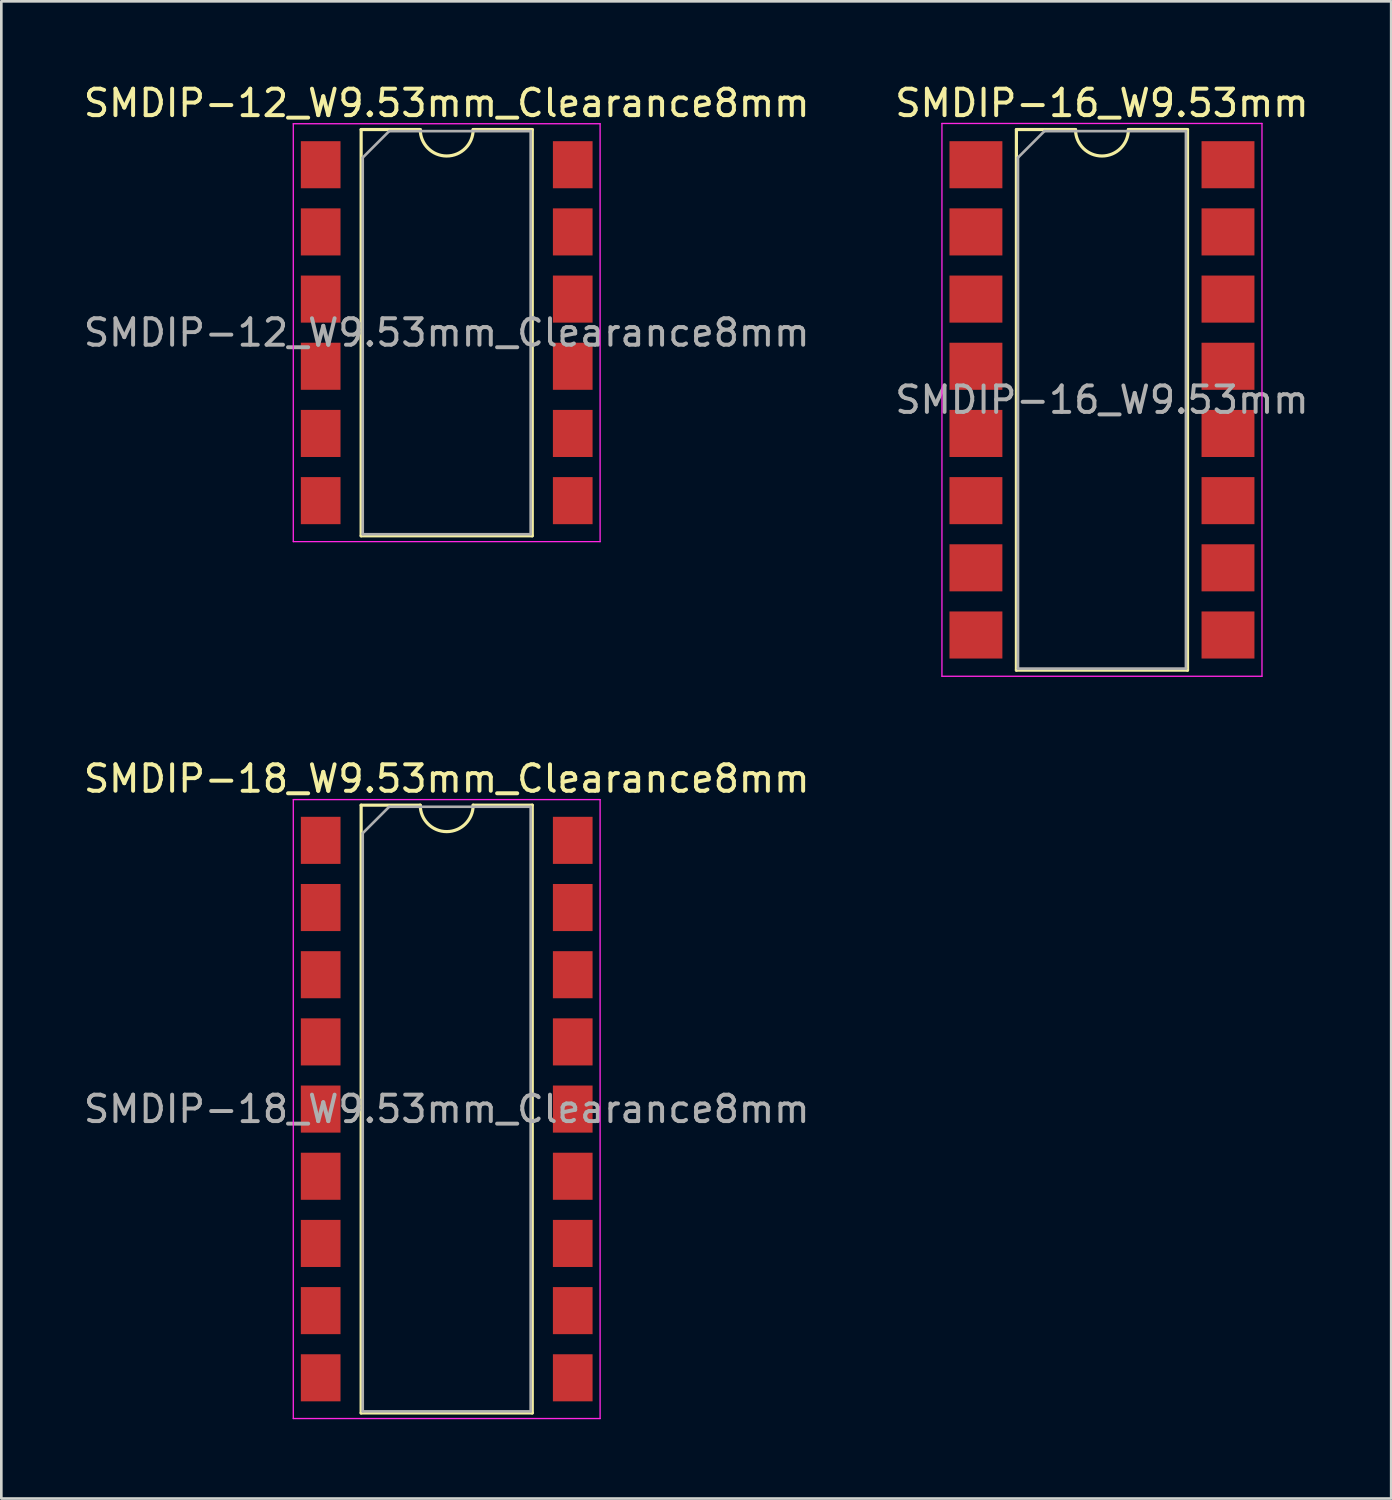
<source format=kicad_pcb>
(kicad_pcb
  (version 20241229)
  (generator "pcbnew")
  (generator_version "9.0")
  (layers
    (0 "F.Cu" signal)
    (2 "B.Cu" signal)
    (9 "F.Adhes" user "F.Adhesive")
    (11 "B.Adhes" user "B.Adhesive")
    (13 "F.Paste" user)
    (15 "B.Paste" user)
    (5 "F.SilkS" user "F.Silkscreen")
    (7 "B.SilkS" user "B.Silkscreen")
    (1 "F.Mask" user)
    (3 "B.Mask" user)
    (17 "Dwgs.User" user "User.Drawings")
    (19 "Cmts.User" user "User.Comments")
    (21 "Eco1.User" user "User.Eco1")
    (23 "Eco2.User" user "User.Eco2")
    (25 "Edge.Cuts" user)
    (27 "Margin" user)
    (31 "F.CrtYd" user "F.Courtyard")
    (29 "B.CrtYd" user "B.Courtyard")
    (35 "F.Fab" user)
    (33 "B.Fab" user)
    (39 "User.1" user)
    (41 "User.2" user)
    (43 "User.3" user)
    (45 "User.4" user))
  (footprint "SMDIP-12_W9.53mm_Clearance8mm"
    (layer "F.Cu")
    (at 13.839 9.528)
    (property "Reference" "SMDIP-12_W9.53mm_Clearance8mm" (at 0 -8.68 0) (layer "F.SilkS") (effects (font (size 1 1) (thickness 0.15))))
    (attr smd)
    (fp_line (start -3.235 -7.68) (end -3.235 7.68) (stroke (width 0.12) (type solid)) (layer "F.SilkS"))
    (fp_line (start -3.235 7.68) (end 3.235 7.68) (stroke (width 0.12) (type solid)) (layer "F.SilkS"))
    (fp_line (start -1 -7.68) (end -3.235 -7.68) (stroke (width 0.12) (type solid)) (layer "F.SilkS"))
    (fp_line (start 3.235 -7.68) (end 1 -7.68) (stroke (width 0.12) (type solid)) (layer "F.SilkS"))
    (fp_line (start 3.235 7.68) (end 3.235 -7.68) (stroke (width 0.12) (type solid)) (layer "F.SilkS"))
    (fp_arc (start 1 -7.68) (mid 0 -6.68) (end -1 -7.68) (stroke (width 0.12) (type solid)) (layer "F.SilkS"))
    (fp_line (start -5.8 -7.9) (end -5.8 7.9) (stroke (width 0.05) (type solid)) (layer "F.CrtYd"))
    (fp_line (start -5.8 7.9) (end 5.8 7.9) (stroke (width 0.05) (type solid)) (layer "F.CrtYd"))
    (fp_line (start 5.8 -7.9) (end -5.8 -7.9) (stroke (width 0.05) (type solid)) (layer "F.CrtYd"))
    (fp_line (start 5.8 7.9) (end 5.8 -7.9) (stroke (width 0.05) (type solid)) (layer "F.CrtYd"))
    (fp_line (start -3.175 -6.62) (end -2.175 -7.62) (stroke (width 0.1) (type solid)) (layer "F.Fab"))
    (fp_line (start -3.175 7.62) (end -3.175 -6.62) (stroke (width 0.1) (type solid)) (layer "F.Fab"))
    (fp_line (start -2.175 -7.62) (end 3.175 -7.62) (stroke (width 0.1) (type solid)) (layer "F.Fab"))
    (fp_line (start 3.175 -7.62) (end 3.175 7.62) (stroke (width 0.1) (type solid)) (layer "F.Fab"))
    (fp_line (start 3.175 7.62) (end -3.175 7.62) (stroke (width 0.1) (type solid)) (layer "F.Fab"))
    (fp_text user "${REFERENCE}" (at 0 0 0) (layer "F.Fab") (effects (font (size 1 1) (thickness 0.15))))
    (pad "1" smd rect (at -4.765 -6.35) (size 1.5 1.78) (layers "F.Cu" "F.Mask" "F.Paste"))
    (pad "2" smd rect (at -4.765 -3.81) (size 1.5 1.78) (layers "F.Cu" "F.Mask" "F.Paste"))
    (pad "3" smd rect (at -4.765 -1.27) (size 1.5 1.78) (layers "F.Cu" "F.Mask" "F.Paste"))
    (pad "4" smd rect (at -4.765 1.27) (size 1.5 1.78) (layers "F.Cu" "F.Mask" "F.Paste"))
    (pad "5" smd rect (at -4.765 3.81) (size 1.5 1.78) (layers "F.Cu" "F.Mask" "F.Paste"))
    (pad "6" smd rect (at -4.765 6.35) (size 1.5 1.78) (layers "F.Cu" "F.Mask" "F.Paste"))
    (pad "7" smd rect (at 4.765 6.35) (size 1.5 1.78) (layers "F.Cu" "F.Mask" "F.Paste"))
    (pad "8" smd rect (at 4.765 3.81) (size 1.5 1.78) (layers "F.Cu" "F.Mask" "F.Paste"))
    (pad "9" smd rect (at 4.765 1.27) (size 1.5 1.78) (layers "F.Cu" "F.Mask" "F.Paste"))
    (pad "10" smd rect (at 4.765 -1.27) (size 1.5 1.78) (layers "F.Cu" "F.Mask" "F.Paste"))
    (pad "11" smd rect (at 4.765 -3.81) (size 1.5 1.78) (layers "F.Cu" "F.Mask" "F.Paste"))
    (pad "12" smd rect (at 4.765 -6.35) (size 1.5 1.78) (layers "F.Cu" "F.Mask" "F.Paste")))
  (footprint "SMDIP-16_W9.53mm"
    (layer "F.Cu")
    (at 38.613 12.068)
    (property "Reference" "SMDIP-16_W9.53mm" (at 0 -11.22 0) (layer "F.SilkS") (effects (font (size 1 1) (thickness 0.15))))
    (attr smd)
    (fp_line (start -3.235 -10.22) (end -3.235 10.22) (stroke (width 0.12) (type solid)) (layer "F.SilkS"))
    (fp_line (start -3.235 10.22) (end 3.235 10.22) (stroke (width 0.12) (type solid)) (layer "F.SilkS"))
    (fp_line (start -1 -10.22) (end -3.235 -10.22) (stroke (width 0.12) (type solid)) (layer "F.SilkS"))
    (fp_line (start 3.235 -10.22) (end 1 -10.22) (stroke (width 0.12) (type solid)) (layer "F.SilkS"))
    (fp_line (start 3.235 10.22) (end 3.235 -10.22) (stroke (width 0.12) (type solid)) (layer "F.SilkS"))
    (fp_arc (start 1 -10.22) (mid 0 -9.22) (end -1 -10.22) (stroke (width 0.12) (type solid)) (layer "F.SilkS"))
    (fp_line (start -6.05 -10.45) (end -6.05 10.45) (stroke (width 0.05) (type solid)) (layer "F.CrtYd"))
    (fp_line (start -6.05 10.45) (end 6.05 10.45) (stroke (width 0.05) (type solid)) (layer "F.CrtYd"))
    (fp_line (start 6.05 -10.45) (end -6.05 -10.45) (stroke (width 0.05) (type solid)) (layer "F.CrtYd"))
    (fp_line (start 6.05 10.45) (end 6.05 -10.45) (stroke (width 0.05) (type solid)) (layer "F.CrtYd"))
    (fp_line (start -3.175 -9.16) (end -2.175 -10.16) (stroke (width 0.1) (type solid)) (layer "F.Fab"))
    (fp_line (start -3.175 10.16) (end -3.175 -9.16) (stroke (width 0.1) (type solid)) (layer "F.Fab"))
    (fp_line (start -2.175 -10.16) (end 3.175 -10.16) (stroke (width 0.1) (type solid)) (layer "F.Fab"))
    (fp_line (start 3.175 -10.16) (end 3.175 10.16) (stroke (width 0.1) (type solid)) (layer "F.Fab"))
    (fp_line (start 3.175 10.16) (end -3.175 10.16) (stroke (width 0.1) (type solid)) (layer "F.Fab"))
    (fp_text user "${REFERENCE}" (at 0 0 0) (layer "F.Fab") (effects (font (size 1 1) (thickness 0.15))))
    (pad "1" smd rect (at -4.765 -8.89) (size 2 1.78) (layers "F.Cu" "F.Mask" "F.Paste"))
    (pad "2" smd rect (at -4.765 -6.35) (size 2 1.78) (layers "F.Cu" "F.Mask" "F.Paste"))
    (pad "3" smd rect (at -4.765 -3.81) (size 2 1.78) (layers "F.Cu" "F.Mask" "F.Paste"))
    (pad "4" smd rect (at -4.765 -1.27) (size 2 1.78) (layers "F.Cu" "F.Mask" "F.Paste"))
    (pad "5" smd rect (at -4.765 1.27) (size 2 1.78) (layers "F.Cu" "F.Mask" "F.Paste"))
    (pad "6" smd rect (at -4.765 3.81) (size 2 1.78) (layers "F.Cu" "F.Mask" "F.Paste"))
    (pad "7" smd rect (at -4.765 6.35) (size 2 1.78) (layers "F.Cu" "F.Mask" "F.Paste"))
    (pad "8" smd rect (at -4.765 8.89) (size 2 1.78) (layers "F.Cu" "F.Mask" "F.Paste"))
    (pad "9" smd rect (at 4.765 8.89) (size 2 1.78) (layers "F.Cu" "F.Mask" "F.Paste"))
    (pad "10" smd rect (at 4.765 6.35) (size 2 1.78) (layers "F.Cu" "F.Mask" "F.Paste"))
    (pad "11" smd rect (at 4.765 3.81) (size 2 1.78) (layers "F.Cu" "F.Mask" "F.Paste"))
    (pad "12" smd rect (at 4.765 1.27) (size 2 1.78) (layers "F.Cu" "F.Mask" "F.Paste"))
    (pad "13" smd rect (at 4.765 -1.27) (size 2 1.78) (layers "F.Cu" "F.Mask" "F.Paste"))
    (pad "14" smd rect (at 4.765 -3.81) (size 2 1.78) (layers "F.Cu" "F.Mask" "F.Paste"))
    (pad "15" smd rect (at 4.765 -6.35) (size 2 1.78) (layers "F.Cu" "F.Mask" "F.Paste"))
    (pad "16" smd rect (at 4.765 -8.89) (size 2 1.78) (layers "F.Cu" "F.Mask" "F.Paste")))
  (footprint "SMDIP-18_W9.53mm_Clearance8mm"
    (layer "F.Cu")
    (at 13.839 38.882)
    (property "Reference" "SMDIP-18_W9.53mm_Clearance8mm" (at 0 -12.49 0) (layer "F.SilkS") (effects (font (size 1 1) (thickness 0.15))))
    (attr smd)
    (fp_line (start -3.235 -11.49) (end -3.235 11.49) (stroke (width 0.12) (type solid)) (layer "F.SilkS"))
    (fp_line (start -3.235 11.49) (end 3.235 11.49) (stroke (width 0.12) (type solid)) (layer "F.SilkS"))
    (fp_line (start -1 -11.49) (end -3.235 -11.49) (stroke (width 0.12) (type solid)) (layer "F.SilkS"))
    (fp_line (start 3.235 -11.49) (end 1 -11.49) (stroke (width 0.12) (type solid)) (layer "F.SilkS"))
    (fp_line (start 3.235 11.49) (end 3.235 -11.49) (stroke (width 0.12) (type solid)) (layer "F.SilkS"))
    (fp_arc (start 1 -11.49) (mid 0 -10.49) (end -1 -11.49) (stroke (width 0.12) (type solid)) (layer "F.SilkS"))
    (fp_line (start -5.8 -11.7) (end -5.8 11.7) (stroke (width 0.05) (type solid)) (layer "F.CrtYd"))
    (fp_line (start -5.8 11.7) (end 5.8 11.7) (stroke (width 0.05) (type solid)) (layer "F.CrtYd"))
    (fp_line (start 5.8 -11.7) (end -5.8 -11.7) (stroke (width 0.05) (type solid)) (layer "F.CrtYd"))
    (fp_line (start 5.8 11.7) (end 5.8 -11.7) (stroke (width 0.05) (type solid)) (layer "F.CrtYd"))
    (fp_line (start -3.175 -10.43) (end -2.175 -11.43) (stroke (width 0.1) (type solid)) (layer "F.Fab"))
    (fp_line (start -3.175 11.43) (end -3.175 -10.43) (stroke (width 0.1) (type solid)) (layer "F.Fab"))
    (fp_line (start -2.175 -11.43) (end 3.175 -11.43) (stroke (width 0.1) (type solid)) (layer "F.Fab"))
    (fp_line (start 3.175 -11.43) (end 3.175 11.43) (stroke (width 0.1) (type solid)) (layer "F.Fab"))
    (fp_line (start 3.175 11.43) (end -3.175 11.43) (stroke (width 0.1) (type solid)) (layer "F.Fab"))
    (fp_text user "${REFERENCE}" (at 0 0 0) (layer "F.Fab") (effects (font (size 1 1) (thickness 0.15))))
    (pad "1" smd rect (at -4.765 -10.16) (size 1.5 1.78) (layers "F.Cu" "F.Mask" "F.Paste"))
    (pad "2" smd rect (at -4.765 -7.62) (size 1.5 1.78) (layers "F.Cu" "F.Mask" "F.Paste"))
    (pad "3" smd rect (at -4.765 -5.08) (size 1.5 1.78) (layers "F.Cu" "F.Mask" "F.Paste"))
    (pad "4" smd rect (at -4.765 -2.54) (size 1.5 1.78) (layers "F.Cu" "F.Mask" "F.Paste"))
    (pad "5" smd rect (at -4.765 0) (size 1.5 1.78) (layers "F.Cu" "F.Mask" "F.Paste"))
    (pad "6" smd rect (at -4.765 2.54) (size 1.5 1.78) (layers "F.Cu" "F.Mask" "F.Paste"))
    (pad "7" smd rect (at -4.765 5.08) (size 1.5 1.78) (layers "F.Cu" "F.Mask" "F.Paste"))
    (pad "8" smd rect (at -4.765 7.62) (size 1.5 1.78) (layers "F.Cu" "F.Mask" "F.Paste"))
    (pad "9" smd rect (at -4.765 10.16) (size 1.5 1.78) (layers "F.Cu" "F.Mask" "F.Paste"))
    (pad "10" smd rect (at 4.765 10.16) (size 1.5 1.78) (layers "F.Cu" "F.Mask" "F.Paste"))
    (pad "11" smd rect (at 4.765 7.62) (size 1.5 1.78) (layers "F.Cu" "F.Mask" "F.Paste"))
    (pad "12" smd rect (at 4.765 5.08) (size 1.5 1.78) (layers "F.Cu" "F.Mask" "F.Paste"))
    (pad "13" smd rect (at 4.765 2.54) (size 1.5 1.78) (layers "F.Cu" "F.Mask" "F.Paste"))
    (pad "14" smd rect (at 4.765 0) (size 1.5 1.78) (layers "F.Cu" "F.Mask" "F.Paste"))
    (pad "15" smd rect (at 4.765 -2.54) (size 1.5 1.78) (layers "F.Cu" "F.Mask" "F.Paste"))
    (pad "16" smd rect (at 4.765 -5.08) (size 1.5 1.78) (layers "F.Cu" "F.Mask" "F.Paste"))
    (pad "17" smd rect (at 4.765 -7.62) (size 1.5 1.78) (layers "F.Cu" "F.Mask" "F.Paste"))
    (pad "18" smd rect (at 4.765 -10.16) (size 1.5 1.78) (layers "F.Cu" "F.Mask" "F.Paste")))
  (gr_rect
    (start -3 -3)
    (end 49.548 53.606)
    (stroke (width 0.1) (type default))
    (fill no)
    (layer "Edge.Cuts")))
</source>
